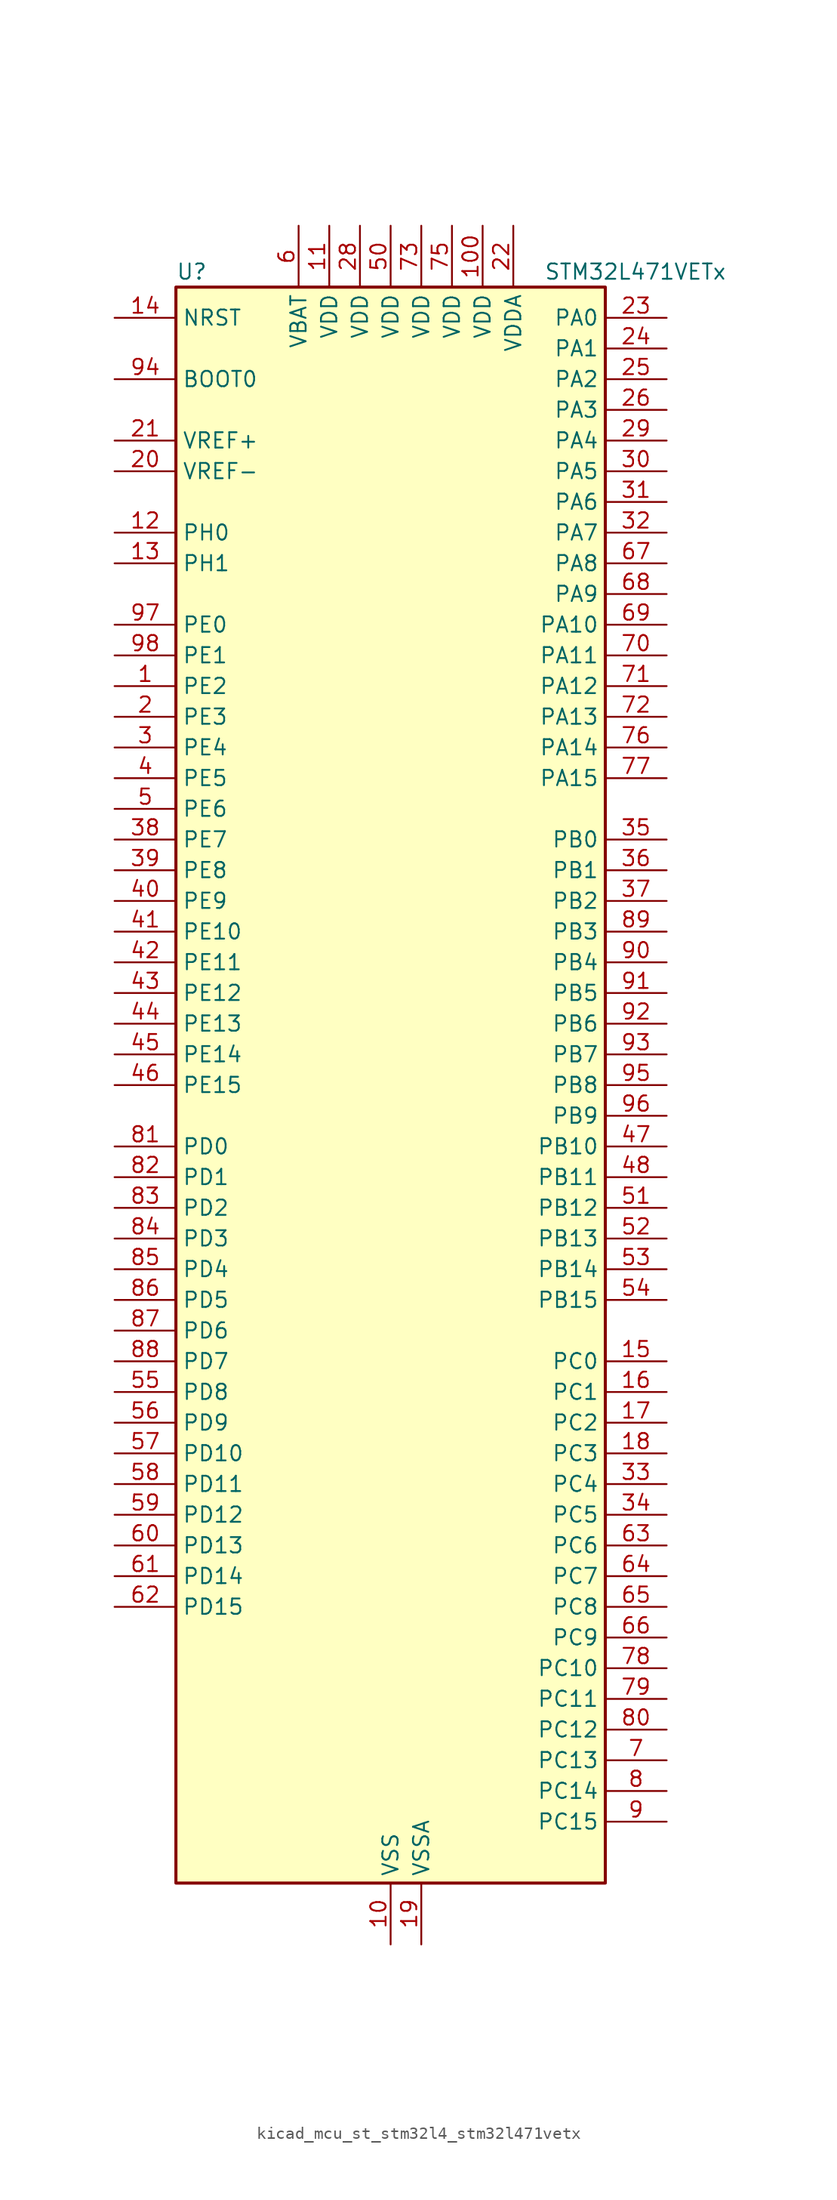
<source format=kicad_sym>
(kicad_symbol_lib
  (version 20220914)
  (generator kicad_symbol_editor)
  (symbol "kicad_mcu_st_stm32l4_stm32l471vetx"
    (property "Reference" "U"
      (at -17.78 67.31 0)
      (effects (font (size 1.27 1.27)) (justify left)))
    (property "Value" "STM32L471VETx"
      (at 12.7 67.31 0)
      (effects (font (size 1.27 1.27)) (justify left)))
    (property "ki_locked" ""
      (at 0 0 0)
      (effects (font (size 1.27 1.27))))
    (symbol "kicad_mcu_st_stm32l4_stm32l471vetx_0_1"
      (rectangle (start -17.78 -66.04) (end 17.78 66.04) (stroke (width 0.254) (type default)) (fill (type background))))
    (symbol "kicad_mcu_st_stm32l4_stm32l471vetx_1_1"
      (pin bidirectional line (at -22.86 33.02 0) (length 5.08) (name "PE2" (effects (font (size 1.27 1.27)))) (number "1" (effects (font (size 1.27 1.27)))) (alternate "FMC_A23" bidirectional line) (alternate "SAI1_MCLK_A" bidirectional line) (alternate "SYS_TRACECLK" bidirectional line) (alternate "TIM3_ETR" bidirectional line) (alternate "TSC_G7_IO1" bidirectional line))
      (pin power_in line (at 0 -71.12 90) (length 5.08) (name "VSS" (effects (font (size 1.27 1.27)))) (number "10" (effects (font (size 1.27 1.27)))))
      (pin power_in line (at 7.62 71.12 270) (length 5.08) (name "VDD" (effects (font (size 1.27 1.27)))) (number "100" (effects (font (size 1.27 1.27)))))
      (pin power_in line (at -5.08 71.12 270) (length 5.08) (name "VDD" (effects (font (size 1.27 1.27)))) (number "11" (effects (font (size 1.27 1.27)))))
      (pin bidirectional line (at -22.86 45.72 0) (length 5.08) (name "PH0" (effects (font (size 1.27 1.27)))) (number "12" (effects (font (size 1.27 1.27)))) (alternate "RCC_OSC_IN" bidirectional line))
      (pin bidirectional line (at -22.86 43.18 0) (length 5.08) (name "PH1" (effects (font (size 1.27 1.27)))) (number "13" (effects (font (size 1.27 1.27)))) (alternate "RCC_OSC_OUT" bidirectional line))
      (pin input line (at -22.86 63.5 0) (length 5.08) (name "NRST" (effects (font (size 1.27 1.27)))) (number "14" (effects (font (size 1.27 1.27)))))
      (pin bidirectional line (at 22.86 -22.86 180) (length 5.08) (name "PC0" (effects (font (size 1.27 1.27)))) (number "15" (effects (font (size 1.27 1.27)))) (alternate "ADC1_IN1" bidirectional line) (alternate "ADC2_IN1" bidirectional line) (alternate "ADC3_IN1" bidirectional line) (alternate "DFSDM1_DATIN4" bidirectional line) (alternate "I2C3_SCL" bidirectional line) (alternate "LPTIM1_IN1" bidirectional line) (alternate "LPTIM2_IN1" bidirectional line) (alternate "LPUART1_RX" bidirectional line))
      (pin bidirectional line (at 22.86 -25.4 180) (length 5.08) (name "PC1" (effects (font (size 1.27 1.27)))) (number "16" (effects (font (size 1.27 1.27)))) (alternate "ADC1_IN2" bidirectional line) (alternate "ADC2_IN2" bidirectional line) (alternate "ADC3_IN2" bidirectional line) (alternate "DFSDM1_CKIN4" bidirectional line) (alternate "I2C3_SDA" bidirectional line) (alternate "LPTIM1_OUT" bidirectional line) (alternate "LPUART1_TX" bidirectional line))
      (pin bidirectional line (at 22.86 -27.94 180) (length 5.08) (name "PC2" (effects (font (size 1.27 1.27)))) (number "17" (effects (font (size 1.27 1.27)))) (alternate "ADC1_IN3" bidirectional line) (alternate "ADC2_IN3" bidirectional line) (alternate "ADC3_IN3" bidirectional line) (alternate "DFSDM1_CKOUT" bidirectional line) (alternate "LPTIM1_IN2" bidirectional line) (alternate "SPI2_MISO" bidirectional line))
      (pin bidirectional line (at 22.86 -30.48 180) (length 5.08) (name "PC3" (effects (font (size 1.27 1.27)))) (number "18" (effects (font (size 1.27 1.27)))) (alternate "ADC1_IN4" bidirectional line) (alternate "ADC2_IN4" bidirectional line) (alternate "ADC3_IN4" bidirectional line) (alternate "LPTIM1_ETR" bidirectional line) (alternate "LPTIM2_ETR" bidirectional line) (alternate "SAI1_SD_A" bidirectional line) (alternate "SPI2_MOSI" bidirectional line))
      (pin power_in line (at 2.54 -71.12 90) (length 5.08) (name "VSSA" (effects (font (size 1.27 1.27)))) (number "19" (effects (font (size 1.27 1.27)))))
      (pin bidirectional line (at -22.86 30.48 0) (length 5.08) (name "PE3" (effects (font (size 1.27 1.27)))) (number "2" (effects (font (size 1.27 1.27)))) (alternate "FMC_A19" bidirectional line) (alternate "SAI1_SD_B" bidirectional line) (alternate "SYS_TRACED0" bidirectional line) (alternate "TIM3_CH1" bidirectional line) (alternate "TSC_G7_IO2" bidirectional line))
      (pin input line (at -22.86 50.8 0) (length 5.08) (name "VREF-" (effects (font (size 1.27 1.27)))) (number "20" (effects (font (size 1.27 1.27)))))
      (pin input line (at -22.86 53.34 0) (length 5.08) (name "VREF+" (effects (font (size 1.27 1.27)))) (number "21" (effects (font (size 1.27 1.27)))) (alternate "VREFBUF_OUT" bidirectional line))
      (pin power_in line (at 10.16 71.12 270) (length 5.08) (name "VDDA" (effects (font (size 1.27 1.27)))) (number "22" (effects (font (size 1.27 1.27)))))
      (pin bidirectional line (at 22.86 63.5 180) (length 5.08) (name "PA0" (effects (font (size 1.27 1.27)))) (number "23" (effects (font (size 1.27 1.27)))) (alternate "ADC1_IN5" bidirectional line) (alternate "ADC2_IN5" bidirectional line) (alternate "OPAMP1_VINP" bidirectional line) (alternate "RTC_TAMP2" bidirectional line) (alternate "SAI1_EXTCLK" bidirectional line) (alternate "SYS_WKUP1" bidirectional line) (alternate "TIM2_CH1" bidirectional line) (alternate "TIM2_ETR" bidirectional line) (alternate "TIM5_CH1" bidirectional line) (alternate "TIM8_ETR" bidirectional line) (alternate "UART4_TX" bidirectional line) (alternate "USART2_CTS" bidirectional line))
      (pin bidirectional line (at 22.86 60.96 180) (length 5.08) (name "PA1" (effects (font (size 1.27 1.27)))) (number "24" (effects (font (size 1.27 1.27)))) (alternate "ADC1_IN6" bidirectional line) (alternate "ADC2_IN6" bidirectional line) (alternate "OPAMP1_VINM" bidirectional line) (alternate "TIM15_CH1N" bidirectional line) (alternate "TIM2_CH2" bidirectional line) (alternate "TIM5_CH2" bidirectional line) (alternate "UART4_RX" bidirectional line) (alternate "USART2_DE" bidirectional line) (alternate "USART2_RTS" bidirectional line))
      (pin bidirectional line (at 22.86 58.42 180) (length 5.08) (name "PA2" (effects (font (size 1.27 1.27)))) (number "25" (effects (font (size 1.27 1.27)))) (alternate "ADC1_IN7" bidirectional line) (alternate "ADC2_IN7" bidirectional line) (alternate "RCC_LSCO" bidirectional line) (alternate "SAI2_EXTCLK" bidirectional line) (alternate "SYS_WKUP4" bidirectional line) (alternate "TIM15_CH1" bidirectional line) (alternate "TIM2_CH3" bidirectional line) (alternate "TIM5_CH3" bidirectional line) (alternate "USART2_TX" bidirectional line))
      (pin bidirectional line (at 22.86 55.88 180) (length 5.08) (name "PA3" (effects (font (size 1.27 1.27)))) (number "26" (effects (font (size 1.27 1.27)))) (alternate "ADC1_IN8" bidirectional line) (alternate "ADC2_IN8" bidirectional line) (alternate "OPAMP1_VOUT" bidirectional line) (alternate "TIM15_CH2" bidirectional line) (alternate "TIM2_CH4" bidirectional line) (alternate "TIM5_CH4" bidirectional line) (alternate "USART2_RX" bidirectional line))
      (pin passive line (at 0 -71.12 90) (length 5.08) hide (name "VSS" (effects (font (size 1.27 1.27)))) (number "27" (effects (font (size 1.27 1.27)))))
      (pin power_in line (at -2.54 71.12 270) (length 5.08) (name "VDD" (effects (font (size 1.27 1.27)))) (number "28" (effects (font (size 1.27 1.27)))))
      (pin bidirectional line (at 22.86 53.34 180) (length 5.08) (name "PA4" (effects (font (size 1.27 1.27)))) (number "29" (effects (font (size 1.27 1.27)))) (alternate "ADC1_IN9" bidirectional line) (alternate "ADC2_IN9" bidirectional line) (alternate "DAC1_OUT1" bidirectional line) (alternate "LPTIM2_OUT" bidirectional line) (alternate "SAI1_FS_B" bidirectional line) (alternate "SPI1_NSS" bidirectional line) (alternate "SPI3_NSS" bidirectional line) (alternate "USART2_CK" bidirectional line))
      (pin bidirectional line (at -22.86 27.94 0) (length 5.08) (name "PE4" (effects (font (size 1.27 1.27)))) (number "3" (effects (font (size 1.27 1.27)))) (alternate "DFSDM1_DATIN3" bidirectional line) (alternate "FMC_A20" bidirectional line) (alternate "SAI1_FS_A" bidirectional line) (alternate "SYS_TRACED1" bidirectional line) (alternate "TIM3_CH2" bidirectional line) (alternate "TSC_G7_IO3" bidirectional line))
      (pin bidirectional line (at 22.86 50.8 180) (length 5.08) (name "PA5" (effects (font (size 1.27 1.27)))) (number "30" (effects (font (size 1.27 1.27)))) (alternate "ADC1_IN10" bidirectional line) (alternate "ADC2_IN10" bidirectional line) (alternate "DAC1_OUT2" bidirectional line) (alternate "LPTIM2_ETR" bidirectional line) (alternate "SPI1_SCK" bidirectional line) (alternate "TIM2_CH1" bidirectional line) (alternate "TIM2_ETR" bidirectional line) (alternate "TIM8_CH1N" bidirectional line))
      (pin bidirectional line (at 22.86 48.26 180) (length 5.08) (name "PA6" (effects (font (size 1.27 1.27)))) (number "31" (effects (font (size 1.27 1.27)))) (alternate "ADC1_IN11" bidirectional line) (alternate "ADC2_IN11" bidirectional line) (alternate "OPAMP2_VINP" bidirectional line) (alternate "QUADSPI_BK1_IO3" bidirectional line) (alternate "SPI1_MISO" bidirectional line) (alternate "TIM16_CH1" bidirectional line) (alternate "TIM1_BKIN" bidirectional line) (alternate "TIM1_BKIN_COMP2" bidirectional line) (alternate "TIM3_CH1" bidirectional line) (alternate "TIM8_BKIN" bidirectional line) (alternate "TIM8_BKIN_COMP2" bidirectional line) (alternate "USART3_CTS" bidirectional line))
      (pin bidirectional line (at 22.86 45.72 180) (length 5.08) (name "PA7" (effects (font (size 1.27 1.27)))) (number "32" (effects (font (size 1.27 1.27)))) (alternate "ADC1_IN12" bidirectional line) (alternate "ADC2_IN12" bidirectional line) (alternate "OPAMP2_VINM" bidirectional line) (alternate "QUADSPI_BK1_IO2" bidirectional line) (alternate "SPI1_MOSI" bidirectional line) (alternate "TIM17_CH1" bidirectional line) (alternate "TIM1_CH1N" bidirectional line) (alternate "TIM3_CH2" bidirectional line) (alternate "TIM8_CH1N" bidirectional line))
      (pin bidirectional line (at 22.86 -33.02 180) (length 5.08) (name "PC4" (effects (font (size 1.27 1.27)))) (number "33" (effects (font (size 1.27 1.27)))) (alternate "ADC1_IN13" bidirectional line) (alternate "ADC2_IN13" bidirectional line) (alternate "COMP1_INM" bidirectional line) (alternate "USART3_TX" bidirectional line))
      (pin bidirectional line (at 22.86 -35.56 180) (length 5.08) (name "PC5" (effects (font (size 1.27 1.27)))) (number "34" (effects (font (size 1.27 1.27)))) (alternate "ADC1_IN14" bidirectional line) (alternate "ADC2_IN14" bidirectional line) (alternate "COMP1_INP" bidirectional line) (alternate "SYS_WKUP5" bidirectional line) (alternate "USART3_RX" bidirectional line))
      (pin bidirectional line (at 22.86 20.32 180) (length 5.08) (name "PB0" (effects (font (size 1.27 1.27)))) (number "35" (effects (font (size 1.27 1.27)))) (alternate "ADC1_IN15" bidirectional line) (alternate "ADC2_IN15" bidirectional line) (alternate "COMP1_OUT" bidirectional line) (alternate "OPAMP2_VOUT" bidirectional line) (alternate "QUADSPI_BK1_IO1" bidirectional line) (alternate "TIM1_CH2N" bidirectional line) (alternate "TIM3_CH3" bidirectional line) (alternate "TIM8_CH2N" bidirectional line) (alternate "USART3_CK" bidirectional line))
      (pin bidirectional line (at 22.86 17.78 180) (length 5.08) (name "PB1" (effects (font (size 1.27 1.27)))) (number "36" (effects (font (size 1.27 1.27)))) (alternate "ADC1_IN16" bidirectional line) (alternate "ADC2_IN16" bidirectional line) (alternate "COMP1_INM" bidirectional line) (alternate "DFSDM1_DATIN0" bidirectional line) (alternate "LPTIM2_IN1" bidirectional line) (alternate "QUADSPI_BK1_IO0" bidirectional line) (alternate "TIM1_CH3N" bidirectional line) (alternate "TIM3_CH4" bidirectional line) (alternate "TIM8_CH3N" bidirectional line) (alternate "USART3_DE" bidirectional line) (alternate "USART3_RTS" bidirectional line))
      (pin bidirectional line (at 22.86 15.24 180) (length 5.08) (name "PB2" (effects (font (size 1.27 1.27)))) (number "37" (effects (font (size 1.27 1.27)))) (alternate "COMP1_INP" bidirectional line) (alternate "DFSDM1_CKIN0" bidirectional line) (alternate "I2C3_SMBA" bidirectional line) (alternate "LPTIM1_OUT" bidirectional line) (alternate "RTC_OUT_ALARM" bidirectional line) (alternate "RTC_OUT_CALIB" bidirectional line))
      (pin bidirectional line (at -22.86 20.32 0) (length 5.08) (name "PE7" (effects (font (size 1.27 1.27)))) (number "38" (effects (font (size 1.27 1.27)))) (alternate "DFSDM1_DATIN2" bidirectional line) (alternate "FMC_D4" bidirectional line) (alternate "FMC_DA4" bidirectional line) (alternate "SAI1_SD_B" bidirectional line) (alternate "TIM1_ETR" bidirectional line))
      (pin bidirectional line (at -22.86 17.78 0) (length 5.08) (name "PE8" (effects (font (size 1.27 1.27)))) (number "39" (effects (font (size 1.27 1.27)))) (alternate "DFSDM1_CKIN2" bidirectional line) (alternate "FMC_D5" bidirectional line) (alternate "FMC_DA5" bidirectional line) (alternate "SAI1_SCK_B" bidirectional line) (alternate "TIM1_CH1N" bidirectional line))
      (pin bidirectional line (at -22.86 25.4 0) (length 5.08) (name "PE5" (effects (font (size 1.27 1.27)))) (number "4" (effects (font (size 1.27 1.27)))) (alternate "DFSDM1_CKIN3" bidirectional line) (alternate "FMC_A21" bidirectional line) (alternate "SAI1_SCK_A" bidirectional line) (alternate "SYS_TRACED2" bidirectional line) (alternate "TIM3_CH3" bidirectional line) (alternate "TSC_G7_IO4" bidirectional line))
      (pin bidirectional line (at -22.86 15.24 0) (length 5.08) (name "PE9" (effects (font (size 1.27 1.27)))) (number "40" (effects (font (size 1.27 1.27)))) (alternate "DAC1_EXTI9" bidirectional line) (alternate "DFSDM1_CKOUT" bidirectional line) (alternate "FMC_D6" bidirectional line) (alternate "FMC_DA6" bidirectional line) (alternate "SAI1_FS_B" bidirectional line) (alternate "TIM1_CH1" bidirectional line))
      (pin bidirectional line (at -22.86 12.7 0) (length 5.08) (name "PE10" (effects (font (size 1.27 1.27)))) (number "41" (effects (font (size 1.27 1.27)))) (alternate "DFSDM1_DATIN4" bidirectional line) (alternate "FMC_D7" bidirectional line) (alternate "FMC_DA7" bidirectional line) (alternate "QUADSPI_CLK" bidirectional line) (alternate "SAI1_MCLK_B" bidirectional line) (alternate "TIM1_CH2N" bidirectional line) (alternate "TSC_G5_IO1" bidirectional line))
      (pin bidirectional line (at -22.86 10.16 0) (length 5.08) (name "PE11" (effects (font (size 1.27 1.27)))) (number "42" (effects (font (size 1.27 1.27)))) (alternate "ADC1_EXTI11" bidirectional line) (alternate "ADC2_EXTI11" bidirectional line) (alternate "ADC3_EXTI11" bidirectional line) (alternate "DFSDM1_CKIN4" bidirectional line) (alternate "FMC_D8" bidirectional line) (alternate "FMC_DA8" bidirectional line) (alternate "QUADSPI_NCS" bidirectional line) (alternate "TIM1_CH2" bidirectional line) (alternate "TSC_G5_IO2" bidirectional line))
      (pin bidirectional line (at -22.86 7.62 0) (length 5.08) (name "PE12" (effects (font (size 1.27 1.27)))) (number "43" (effects (font (size 1.27 1.27)))) (alternate "DFSDM1_DATIN5" bidirectional line) (alternate "FMC_D9" bidirectional line) (alternate "FMC_DA9" bidirectional line) (alternate "QUADSPI_BK1_IO0" bidirectional line) (alternate "SPI1_NSS" bidirectional line) (alternate "TIM1_CH3N" bidirectional line) (alternate "TSC_G5_IO3" bidirectional line))
      (pin bidirectional line (at -22.86 5.08 0) (length 5.08) (name "PE13" (effects (font (size 1.27 1.27)))) (number "44" (effects (font (size 1.27 1.27)))) (alternate "DFSDM1_CKIN5" bidirectional line) (alternate "FMC_D10" bidirectional line) (alternate "FMC_DA10" bidirectional line) (alternate "QUADSPI_BK1_IO1" bidirectional line) (alternate "SPI1_SCK" bidirectional line) (alternate "TIM1_CH3" bidirectional line) (alternate "TSC_G5_IO4" bidirectional line))
      (pin bidirectional line (at -22.86 2.54 0) (length 5.08) (name "PE14" (effects (font (size 1.27 1.27)))) (number "45" (effects (font (size 1.27 1.27)))) (alternate "FMC_D11" bidirectional line) (alternate "FMC_DA11" bidirectional line) (alternate "QUADSPI_BK1_IO2" bidirectional line) (alternate "SPI1_MISO" bidirectional line) (alternate "TIM1_BKIN2" bidirectional line) (alternate "TIM1_BKIN2_COMP2" bidirectional line) (alternate "TIM1_CH4" bidirectional line))
      (pin bidirectional line (at -22.86 0 0) (length 5.08) (name "PE15" (effects (font (size 1.27 1.27)))) (number "46" (effects (font (size 1.27 1.27)))) (alternate "ADC1_EXTI15" bidirectional line) (alternate "ADC2_EXTI15" bidirectional line) (alternate "ADC3_EXTI15" bidirectional line) (alternate "FMC_D12" bidirectional line) (alternate "FMC_DA12" bidirectional line) (alternate "QUADSPI_BK1_IO3" bidirectional line) (alternate "SPI1_MOSI" bidirectional line) (alternate "TIM1_BKIN" bidirectional line) (alternate "TIM1_BKIN_COMP1" bidirectional line))
      (pin bidirectional line (at 22.86 -5.08 180) (length 5.08) (name "PB10" (effects (font (size 1.27 1.27)))) (number "47" (effects (font (size 1.27 1.27)))) (alternate "COMP1_OUT" bidirectional line) (alternate "DFSDM1_DATIN7" bidirectional line) (alternate "I2C2_SCL" bidirectional line) (alternate "LPUART1_RX" bidirectional line) (alternate "QUADSPI_CLK" bidirectional line) (alternate "SAI1_SCK_A" bidirectional line) (alternate "SPI2_SCK" bidirectional line) (alternate "TIM2_CH3" bidirectional line) (alternate "USART3_TX" bidirectional line))
      (pin bidirectional line (at 22.86 -7.62 180) (length 5.08) (name "PB11" (effects (font (size 1.27 1.27)))) (number "48" (effects (font (size 1.27 1.27)))) (alternate "ADC1_EXTI11" bidirectional line) (alternate "ADC2_EXTI11" bidirectional line) (alternate "ADC3_EXTI11" bidirectional line) (alternate "COMP2_OUT" bidirectional line) (alternate "DFSDM1_CKIN7" bidirectional line) (alternate "I2C2_SDA" bidirectional line) (alternate "LPUART1_TX" bidirectional line) (alternate "QUADSPI_NCS" bidirectional line) (alternate "TIM2_CH4" bidirectional line) (alternate "USART3_RX" bidirectional line))
      (pin passive line (at 0 -71.12 90) (length 5.08) hide (name "VSS" (effects (font (size 1.27 1.27)))) (number "49" (effects (font (size 1.27 1.27)))))
      (pin bidirectional line (at -22.86 22.86 0) (length 5.08) (name "PE6" (effects (font (size 1.27 1.27)))) (number "5" (effects (font (size 1.27 1.27)))) (alternate "FMC_A22" bidirectional line) (alternate "RTC_TAMP3" bidirectional line) (alternate "SAI1_SD_A" bidirectional line) (alternate "SYS_TRACED3" bidirectional line) (alternate "SYS_WKUP3" bidirectional line) (alternate "TIM3_CH4" bidirectional line))
      (pin power_in line (at 0 71.12 270) (length 5.08) (name "VDD" (effects (font (size 1.27 1.27)))) (number "50" (effects (font (size 1.27 1.27)))))
      (pin bidirectional line (at 22.86 -10.16 180) (length 5.08) (name "PB12" (effects (font (size 1.27 1.27)))) (number "51" (effects (font (size 1.27 1.27)))) (alternate "DFSDM1_DATIN1" bidirectional line) (alternate "I2C2_SMBA" bidirectional line) (alternate "LPUART1_DE" bidirectional line) (alternate "LPUART1_RTS" bidirectional line) (alternate "SAI2_FS_A" bidirectional line) (alternate "SPI2_NSS" bidirectional line) (alternate "SWPMI1_IO" bidirectional line) (alternate "TIM15_BKIN" bidirectional line) (alternate "TIM1_BKIN" bidirectional line) (alternate "TIM1_BKIN_COMP2" bidirectional line) (alternate "TSC_G1_IO1" bidirectional line) (alternate "USART3_CK" bidirectional line))
      (pin bidirectional line (at 22.86 -12.7 180) (length 5.08) (name "PB13" (effects (font (size 1.27 1.27)))) (number "52" (effects (font (size 1.27 1.27)))) (alternate "DFSDM1_CKIN1" bidirectional line) (alternate "I2C2_SCL" bidirectional line) (alternate "LPUART1_CTS" bidirectional line) (alternate "SAI2_SCK_A" bidirectional line) (alternate "SPI2_SCK" bidirectional line) (alternate "SWPMI1_TX" bidirectional line) (alternate "TIM15_CH1N" bidirectional line) (alternate "TIM1_CH1N" bidirectional line) (alternate "TSC_G1_IO2" bidirectional line) (alternate "USART3_CTS" bidirectional line))
      (pin bidirectional line (at 22.86 -15.24 180) (length 5.08) (name "PB14" (effects (font (size 1.27 1.27)))) (number "53" (effects (font (size 1.27 1.27)))) (alternate "DFSDM1_DATIN2" bidirectional line) (alternate "I2C2_SDA" bidirectional line) (alternate "SAI2_MCLK_A" bidirectional line) (alternate "SPI2_MISO" bidirectional line) (alternate "SWPMI1_RX" bidirectional line) (alternate "TIM15_CH1" bidirectional line) (alternate "TIM1_CH2N" bidirectional line) (alternate "TIM8_CH2N" bidirectional line) (alternate "TSC_G1_IO3" bidirectional line) (alternate "USART3_DE" bidirectional line) (alternate "USART3_RTS" bidirectional line))
      (pin bidirectional line (at 22.86 -17.78 180) (length 5.08) (name "PB15" (effects (font (size 1.27 1.27)))) (number "54" (effects (font (size 1.27 1.27)))) (alternate "ADC1_EXTI15" bidirectional line) (alternate "ADC2_EXTI15" bidirectional line) (alternate "ADC3_EXTI15" bidirectional line) (alternate "DFSDM1_CKIN2" bidirectional line) (alternate "RTC_REFIN" bidirectional line) (alternate "SAI2_SD_A" bidirectional line) (alternate "SPI2_MOSI" bidirectional line) (alternate "SWPMI1_SUSPEND" bidirectional line) (alternate "TIM15_CH2" bidirectional line) (alternate "TIM1_CH3N" bidirectional line) (alternate "TIM8_CH3N" bidirectional line) (alternate "TSC_G1_IO4" bidirectional line))
      (pin bidirectional line (at -22.86 -25.4 0) (length 5.08) (name "PD8" (effects (font (size 1.27 1.27)))) (number "55" (effects (font (size 1.27 1.27)))) (alternate "FMC_D13" bidirectional line) (alternate "FMC_DA13" bidirectional line) (alternate "USART3_TX" bidirectional line))
      (pin bidirectional line (at -22.86 -27.94 0) (length 5.08) (name "PD9" (effects (font (size 1.27 1.27)))) (number "56" (effects (font (size 1.27 1.27)))) (alternate "DAC1_EXTI9" bidirectional line) (alternate "FMC_D14" bidirectional line) (alternate "FMC_DA14" bidirectional line) (alternate "SAI2_MCLK_A" bidirectional line) (alternate "USART3_RX" bidirectional line))
      (pin bidirectional line (at -22.86 -30.48 0) (length 5.08) (name "PD10" (effects (font (size 1.27 1.27)))) (number "57" (effects (font (size 1.27 1.27)))) (alternate "FMC_D15" bidirectional line) (alternate "FMC_DA15" bidirectional line) (alternate "SAI2_SCK_A" bidirectional line) (alternate "TSC_G6_IO1" bidirectional line) (alternate "USART3_CK" bidirectional line))
      (pin bidirectional line (at -22.86 -33.02 0) (length 5.08) (name "PD11" (effects (font (size 1.27 1.27)))) (number "58" (effects (font (size 1.27 1.27)))) (alternate "ADC1_EXTI11" bidirectional line) (alternate "ADC2_EXTI11" bidirectional line) (alternate "ADC3_EXTI11" bidirectional line) (alternate "FMC_A16" bidirectional line) (alternate "FMC_CLE" bidirectional line) (alternate "LPTIM2_ETR" bidirectional line) (alternate "SAI2_SD_A" bidirectional line) (alternate "TSC_G6_IO2" bidirectional line) (alternate "USART3_CTS" bidirectional line))
      (pin bidirectional line (at -22.86 -35.56 0) (length 5.08) (name "PD12" (effects (font (size 1.27 1.27)))) (number "59" (effects (font (size 1.27 1.27)))) (alternate "FMC_A17" bidirectional line) (alternate "FMC_ALE" bidirectional line) (alternate "LPTIM2_IN1" bidirectional line) (alternate "SAI2_FS_A" bidirectional line) (alternate "TIM4_CH1" bidirectional line) (alternate "TSC_G6_IO3" bidirectional line) (alternate "USART3_DE" bidirectional line) (alternate "USART3_RTS" bidirectional line))
      (pin power_in line (at -7.62 71.12 270) (length 5.08) (name "VBAT" (effects (font (size 1.27 1.27)))) (number "6" (effects (font (size 1.27 1.27)))))
      (pin bidirectional line (at -22.86 -38.1 0) (length 5.08) (name "PD13" (effects (font (size 1.27 1.27)))) (number "60" (effects (font (size 1.27 1.27)))) (alternate "FMC_A18" bidirectional line) (alternate "LPTIM2_OUT" bidirectional line) (alternate "TIM4_CH2" bidirectional line) (alternate "TSC_G6_IO4" bidirectional line))
      (pin bidirectional line (at -22.86 -40.64 0) (length 5.08) (name "PD14" (effects (font (size 1.27 1.27)))) (number "61" (effects (font (size 1.27 1.27)))) (alternate "FMC_D0" bidirectional line) (alternate "FMC_DA0" bidirectional line) (alternate "TIM4_CH3" bidirectional line))
      (pin bidirectional line (at -22.86 -43.18 0) (length 5.08) (name "PD15" (effects (font (size 1.27 1.27)))) (number "62" (effects (font (size 1.27 1.27)))) (alternate "ADC1_EXTI15" bidirectional line) (alternate "ADC2_EXTI15" bidirectional line) (alternate "ADC3_EXTI15" bidirectional line) (alternate "FMC_D1" bidirectional line) (alternate "FMC_DA1" bidirectional line) (alternate "TIM4_CH4" bidirectional line))
      (pin bidirectional line (at 22.86 -38.1 180) (length 5.08) (name "PC6" (effects (font (size 1.27 1.27)))) (number "63" (effects (font (size 1.27 1.27)))) (alternate "DFSDM1_CKIN3" bidirectional line) (alternate "SAI2_MCLK_A" bidirectional line) (alternate "SDMMC1_D6" bidirectional line) (alternate "TIM3_CH1" bidirectional line) (alternate "TIM8_CH1" bidirectional line) (alternate "TSC_G4_IO1" bidirectional line))
      (pin bidirectional line (at 22.86 -40.64 180) (length 5.08) (name "PC7" (effects (font (size 1.27 1.27)))) (number "64" (effects (font (size 1.27 1.27)))) (alternate "DFSDM1_DATIN3" bidirectional line) (alternate "SAI2_MCLK_B" bidirectional line) (alternate "SDMMC1_D7" bidirectional line) (alternate "TIM3_CH2" bidirectional line) (alternate "TIM8_CH2" bidirectional line) (alternate "TSC_G4_IO2" bidirectional line))
      (pin bidirectional line (at 22.86 -43.18 180) (length 5.08) (name "PC8" (effects (font (size 1.27 1.27)))) (number "65" (effects (font (size 1.27 1.27)))) (alternate "SDMMC1_D0" bidirectional line) (alternate "TIM3_CH3" bidirectional line) (alternate "TIM8_CH3" bidirectional line) (alternate "TSC_G4_IO3" bidirectional line))
      (pin bidirectional line (at 22.86 -45.72 180) (length 5.08) (name "PC9" (effects (font (size 1.27 1.27)))) (number "66" (effects (font (size 1.27 1.27)))) (alternate "DAC1_EXTI9" bidirectional line) (alternate "SAI2_EXTCLK" bidirectional line) (alternate "SDMMC1_D1" bidirectional line) (alternate "TIM3_CH4" bidirectional line) (alternate "TIM8_BKIN2" bidirectional line) (alternate "TIM8_BKIN2_COMP1" bidirectional line) (alternate "TIM8_CH4" bidirectional line) (alternate "TSC_G4_IO4" bidirectional line))
      (pin bidirectional line (at 22.86 43.18 180) (length 5.08) (name "PA8" (effects (font (size 1.27 1.27)))) (number "67" (effects (font (size 1.27 1.27)))) (alternate "LPTIM2_OUT" bidirectional line) (alternate "RCC_MCO" bidirectional line) (alternate "TIM1_CH1" bidirectional line) (alternate "USART1_CK" bidirectional line))
      (pin bidirectional line (at 22.86 40.64 180) (length 5.08) (name "PA9" (effects (font (size 1.27 1.27)))) (number "68" (effects (font (size 1.27 1.27)))) (alternate "DAC1_EXTI9" bidirectional line) (alternate "TIM15_BKIN" bidirectional line) (alternate "TIM1_CH2" bidirectional line) (alternate "USART1_TX" bidirectional line))
      (pin bidirectional line (at 22.86 38.1 180) (length 5.08) (name "PA10" (effects (font (size 1.27 1.27)))) (number "69" (effects (font (size 1.27 1.27)))) (alternate "TIM17_BKIN" bidirectional line) (alternate "TIM1_CH3" bidirectional line) (alternate "USART1_RX" bidirectional line))
      (pin bidirectional line (at 22.86 -55.88 180) (length 5.08) (name "PC13" (effects (font (size 1.27 1.27)))) (number "7" (effects (font (size 1.27 1.27)))) (alternate "RTC_OUT_ALARM" bidirectional line) (alternate "RTC_OUT_CALIB" bidirectional line) (alternate "RTC_TAMP1" bidirectional line) (alternate "RTC_TS" bidirectional line) (alternate "SYS_WKUP2" bidirectional line))
      (pin bidirectional line (at 22.86 35.56 180) (length 5.08) (name "PA11" (effects (font (size 1.27 1.27)))) (number "70" (effects (font (size 1.27 1.27)))) (alternate "ADC1_EXTI11" bidirectional line) (alternate "ADC2_EXTI11" bidirectional line) (alternate "ADC3_EXTI11" bidirectional line) (alternate "CAN1_RX" bidirectional line) (alternate "TIM1_BKIN2" bidirectional line) (alternate "TIM1_BKIN2_COMP1" bidirectional line) (alternate "TIM1_CH4" bidirectional line) (alternate "USART1_CTS" bidirectional line))
      (pin bidirectional line (at 22.86 33.02 180) (length 5.08) (name "PA12" (effects (font (size 1.27 1.27)))) (number "71" (effects (font (size 1.27 1.27)))) (alternate "CAN1_TX" bidirectional line) (alternate "TIM1_ETR" bidirectional line) (alternate "USART1_DE" bidirectional line) (alternate "USART1_RTS" bidirectional line))
      (pin bidirectional line (at 22.86 30.48 180) (length 5.08) (name "PA13" (effects (font (size 1.27 1.27)))) (number "72" (effects (font (size 1.27 1.27)))) (alternate "IR_OUT" bidirectional line) (alternate "SYS_JTMS-SWDIO" bidirectional line))
      (pin power_in line (at 2.54 71.12 270) (length 5.08) (name "VDD" (effects (font (size 1.27 1.27)))) (number "73" (effects (font (size 1.27 1.27)))))
      (pin passive line (at 0 -71.12 90) (length 5.08) hide (name "VSS" (effects (font (size 1.27 1.27)))) (number "74" (effects (font (size 1.27 1.27)))))
      (pin power_in line (at 5.08 71.12 270) (length 5.08) (name "VDD" (effects (font (size 1.27 1.27)))) (number "75" (effects (font (size 1.27 1.27)))))
      (pin bidirectional line (at 22.86 27.94 180) (length 5.08) (name "PA14" (effects (font (size 1.27 1.27)))) (number "76" (effects (font (size 1.27 1.27)))) (alternate "SYS_JTCK-SWCLK" bidirectional line))
      (pin bidirectional line (at 22.86 25.4 180) (length 5.08) (name "PA15" (effects (font (size 1.27 1.27)))) (number "77" (effects (font (size 1.27 1.27)))) (alternate "ADC1_EXTI15" bidirectional line) (alternate "ADC2_EXTI15" bidirectional line) (alternate "ADC3_EXTI15" bidirectional line) (alternate "SAI2_FS_B" bidirectional line) (alternate "SPI1_NSS" bidirectional line) (alternate "SPI3_NSS" bidirectional line) (alternate "SYS_JTDI" bidirectional line) (alternate "TIM2_CH1" bidirectional line) (alternate "TIM2_ETR" bidirectional line) (alternate "TSC_G3_IO1" bidirectional line) (alternate "UART4_DE" bidirectional line) (alternate "UART4_RTS" bidirectional line))
      (pin bidirectional line (at 22.86 -48.26 180) (length 5.08) (name "PC10" (effects (font (size 1.27 1.27)))) (number "78" (effects (font (size 1.27 1.27)))) (alternate "SAI2_SCK_B" bidirectional line) (alternate "SDMMC1_D2" bidirectional line) (alternate "SPI3_SCK" bidirectional line) (alternate "TSC_G3_IO2" bidirectional line) (alternate "UART4_TX" bidirectional line) (alternate "USART3_TX" bidirectional line))
      (pin bidirectional line (at 22.86 -50.8 180) (length 5.08) (name "PC11" (effects (font (size 1.27 1.27)))) (number "79" (effects (font (size 1.27 1.27)))) (alternate "ADC1_EXTI11" bidirectional line) (alternate "ADC2_EXTI11" bidirectional line) (alternate "ADC3_EXTI11" bidirectional line) (alternate "SAI2_MCLK_B" bidirectional line) (alternate "SDMMC1_D3" bidirectional line) (alternate "SPI3_MISO" bidirectional line) (alternate "TSC_G3_IO3" bidirectional line) (alternate "UART4_RX" bidirectional line) (alternate "USART3_RX" bidirectional line))
      (pin bidirectional line (at 22.86 -58.42 180) (length 5.08) (name "PC14" (effects (font (size 1.27 1.27)))) (number "8" (effects (font (size 1.27 1.27)))) (alternate "RCC_OSC32_IN" bidirectional line))
      (pin bidirectional line (at 22.86 -53.34 180) (length 5.08) (name "PC12" (effects (font (size 1.27 1.27)))) (number "80" (effects (font (size 1.27 1.27)))) (alternate "SAI2_SD_B" bidirectional line) (alternate "SDMMC1_CK" bidirectional line) (alternate "SPI3_MOSI" bidirectional line) (alternate "TSC_G3_IO4" bidirectional line) (alternate "UART5_TX" bidirectional line) (alternate "USART3_CK" bidirectional line))
      (pin bidirectional line (at -22.86 -5.08 0) (length 5.08) (name "PD0" (effects (font (size 1.27 1.27)))) (number "81" (effects (font (size 1.27 1.27)))) (alternate "CAN1_RX" bidirectional line) (alternate "DFSDM1_DATIN7" bidirectional line) (alternate "FMC_D2" bidirectional line) (alternate "FMC_DA2" bidirectional line) (alternate "SPI2_NSS" bidirectional line))
      (pin bidirectional line (at -22.86 -7.62 0) (length 5.08) (name "PD1" (effects (font (size 1.27 1.27)))) (number "82" (effects (font (size 1.27 1.27)))) (alternate "CAN1_TX" bidirectional line) (alternate "DFSDM1_CKIN7" bidirectional line) (alternate "FMC_D3" bidirectional line) (alternate "FMC_DA3" bidirectional line) (alternate "SPI2_SCK" bidirectional line))
      (pin bidirectional line (at -22.86 -10.16 0) (length 5.08) (name "PD2" (effects (font (size 1.27 1.27)))) (number "83" (effects (font (size 1.27 1.27)))) (alternate "SDMMC1_CMD" bidirectional line) (alternate "TIM3_ETR" bidirectional line) (alternate "TSC_SYNC" bidirectional line) (alternate "UART5_RX" bidirectional line) (alternate "USART3_DE" bidirectional line) (alternate "USART3_RTS" bidirectional line))
      (pin bidirectional line (at -22.86 -12.7 0) (length 5.08) (name "PD3" (effects (font (size 1.27 1.27)))) (number "84" (effects (font (size 1.27 1.27)))) (alternate "DFSDM1_DATIN0" bidirectional line) (alternate "FMC_CLK" bidirectional line) (alternate "SPI2_MISO" bidirectional line) (alternate "USART2_CTS" bidirectional line))
      (pin bidirectional line (at -22.86 -15.24 0) (length 5.08) (name "PD4" (effects (font (size 1.27 1.27)))) (number "85" (effects (font (size 1.27 1.27)))) (alternate "DFSDM1_CKIN0" bidirectional line) (alternate "FMC_NOE" bidirectional line) (alternate "SPI2_MOSI" bidirectional line) (alternate "USART2_DE" bidirectional line) (alternate "USART2_RTS" bidirectional line))
      (pin bidirectional line (at -22.86 -17.78 0) (length 5.08) (name "PD5" (effects (font (size 1.27 1.27)))) (number "86" (effects (font (size 1.27 1.27)))) (alternate "FMC_NWE" bidirectional line) (alternate "USART2_TX" bidirectional line))
      (pin bidirectional line (at -22.86 -20.32 0) (length 5.08) (name "PD6" (effects (font (size 1.27 1.27)))) (number "87" (effects (font (size 1.27 1.27)))) (alternate "DFSDM1_DATIN1" bidirectional line) (alternate "FMC_NWAIT" bidirectional line) (alternate "SAI1_SD_A" bidirectional line) (alternate "USART2_RX" bidirectional line))
      (pin bidirectional line (at -22.86 -22.86 0) (length 5.08) (name "PD7" (effects (font (size 1.27 1.27)))) (number "88" (effects (font (size 1.27 1.27)))) (alternate "DFSDM1_CKIN1" bidirectional line) (alternate "FMC_NE1" bidirectional line) (alternate "USART2_CK" bidirectional line))
      (pin bidirectional line (at 22.86 12.7 180) (length 5.08) (name "PB3" (effects (font (size 1.27 1.27)))) (number "89" (effects (font (size 1.27 1.27)))) (alternate "COMP2_INM" bidirectional line) (alternate "SAI1_SCK_B" bidirectional line) (alternate "SPI1_SCK" bidirectional line) (alternate "SPI3_SCK" bidirectional line) (alternate "SYS_JTDO-SWO" bidirectional line) (alternate "TIM2_CH2" bidirectional line) (alternate "USART1_DE" bidirectional line) (alternate "USART1_RTS" bidirectional line))
      (pin bidirectional line (at 22.86 -60.96 180) (length 5.08) (name "PC15" (effects (font (size 1.27 1.27)))) (number "9" (effects (font (size 1.27 1.27)))) (alternate "ADC1_EXTI15" bidirectional line) (alternate "ADC2_EXTI15" bidirectional line) (alternate "ADC3_EXTI15" bidirectional line) (alternate "RCC_OSC32_OUT" bidirectional line))
      (pin bidirectional line (at 22.86 10.16 180) (length 5.08) (name "PB4" (effects (font (size 1.27 1.27)))) (number "90" (effects (font (size 1.27 1.27)))) (alternate "COMP2_INP" bidirectional line) (alternate "SAI1_MCLK_B" bidirectional line) (alternate "SPI1_MISO" bidirectional line) (alternate "SPI3_MISO" bidirectional line) (alternate "SYS_JTRST" bidirectional line) (alternate "TIM17_BKIN" bidirectional line) (alternate "TIM3_CH1" bidirectional line) (alternate "TSC_G2_IO1" bidirectional line) (alternate "UART5_DE" bidirectional line) (alternate "UART5_RTS" bidirectional line) (alternate "USART1_CTS" bidirectional line))
      (pin bidirectional line (at 22.86 7.62 180) (length 5.08) (name "PB5" (effects (font (size 1.27 1.27)))) (number "91" (effects (font (size 1.27 1.27)))) (alternate "COMP2_OUT" bidirectional line) (alternate "I2C1_SMBA" bidirectional line) (alternate "LPTIM1_IN1" bidirectional line) (alternate "SAI1_SD_B" bidirectional line) (alternate "SPI1_MOSI" bidirectional line) (alternate "SPI3_MOSI" bidirectional line) (alternate "TIM16_BKIN" bidirectional line) (alternate "TIM3_CH2" bidirectional line) (alternate "TSC_G2_IO2" bidirectional line) (alternate "UART5_CTS" bidirectional line) (alternate "USART1_CK" bidirectional line))
      (pin bidirectional line (at 22.86 5.08 180) (length 5.08) (name "PB6" (effects (font (size 1.27 1.27)))) (number "92" (effects (font (size 1.27 1.27)))) (alternate "COMP2_INP" bidirectional line) (alternate "DFSDM1_DATIN5" bidirectional line) (alternate "I2C1_SCL" bidirectional line) (alternate "LPTIM1_ETR" bidirectional line) (alternate "SAI1_FS_B" bidirectional line) (alternate "TIM16_CH1N" bidirectional line) (alternate "TIM4_CH1" bidirectional line) (alternate "TIM8_BKIN2" bidirectional line) (alternate "TIM8_BKIN2_COMP2" bidirectional line) (alternate "TSC_G2_IO3" bidirectional line) (alternate "USART1_TX" bidirectional line))
      (pin bidirectional line (at 22.86 2.54 180) (length 5.08) (name "PB7" (effects (font (size 1.27 1.27)))) (number "93" (effects (font (size 1.27 1.27)))) (alternate "COMP2_INM" bidirectional line) (alternate "DFSDM1_CKIN5" bidirectional line) (alternate "FMC_NL" bidirectional line) (alternate "I2C1_SDA" bidirectional line) (alternate "LPTIM1_IN2" bidirectional line) (alternate "SYS_PVD_IN" bidirectional line) (alternate "TIM17_CH1N" bidirectional line) (alternate "TIM4_CH2" bidirectional line) (alternate "TIM8_BKIN" bidirectional line) (alternate "TIM8_BKIN_COMP1" bidirectional line) (alternate "TSC_G2_IO4" bidirectional line) (alternate "UART4_CTS" bidirectional line) (alternate "USART1_RX" bidirectional line))
      (pin input line (at -22.86 58.42 0) (length 5.08) (name "BOOT0" (effects (font (size 1.27 1.27)))) (number "94" (effects (font (size 1.27 1.27)))))
      (pin bidirectional line (at 22.86 0 180) (length 5.08) (name "PB8" (effects (font (size 1.27 1.27)))) (number "95" (effects (font (size 1.27 1.27)))) (alternate "CAN1_RX" bidirectional line) (alternate "DFSDM1_DATIN6" bidirectional line) (alternate "I2C1_SCL" bidirectional line) (alternate "SAI1_MCLK_A" bidirectional line) (alternate "SDMMC1_D4" bidirectional line) (alternate "TIM16_CH1" bidirectional line) (alternate "TIM4_CH3" bidirectional line))
      (pin bidirectional line (at 22.86 -2.54 180) (length 5.08) (name "PB9" (effects (font (size 1.27 1.27)))) (number "96" (effects (font (size 1.27 1.27)))) (alternate "CAN1_TX" bidirectional line) (alternate "DAC1_EXTI9" bidirectional line) (alternate "DFSDM1_CKIN6" bidirectional line) (alternate "I2C1_SDA" bidirectional line) (alternate "IR_OUT" bidirectional line) (alternate "SAI1_FS_A" bidirectional line) (alternate "SDMMC1_D5" bidirectional line) (alternate "SPI2_NSS" bidirectional line) (alternate "TIM17_CH1" bidirectional line) (alternate "TIM4_CH4" bidirectional line))
      (pin bidirectional line (at -22.86 38.1 0) (length 5.08) (name "PE0" (effects (font (size 1.27 1.27)))) (number "97" (effects (font (size 1.27 1.27)))) (alternate "FMC_NBL0" bidirectional line) (alternate "TIM16_CH1" bidirectional line) (alternate "TIM4_ETR" bidirectional line))
      (pin bidirectional line (at -22.86 35.56 0) (length 5.08) (name "PE1" (effects (font (size 1.27 1.27)))) (number "98" (effects (font (size 1.27 1.27)))) (alternate "FMC_NBL1" bidirectional line) (alternate "TIM17_CH1" bidirectional line))
      (pin passive line (at 0 -71.12 90) (length 5.08) hide (name "VSS" (effects (font (size 1.27 1.27)))) (number "99" (effects (font (size 1.27 1.27))))))))
</source>
